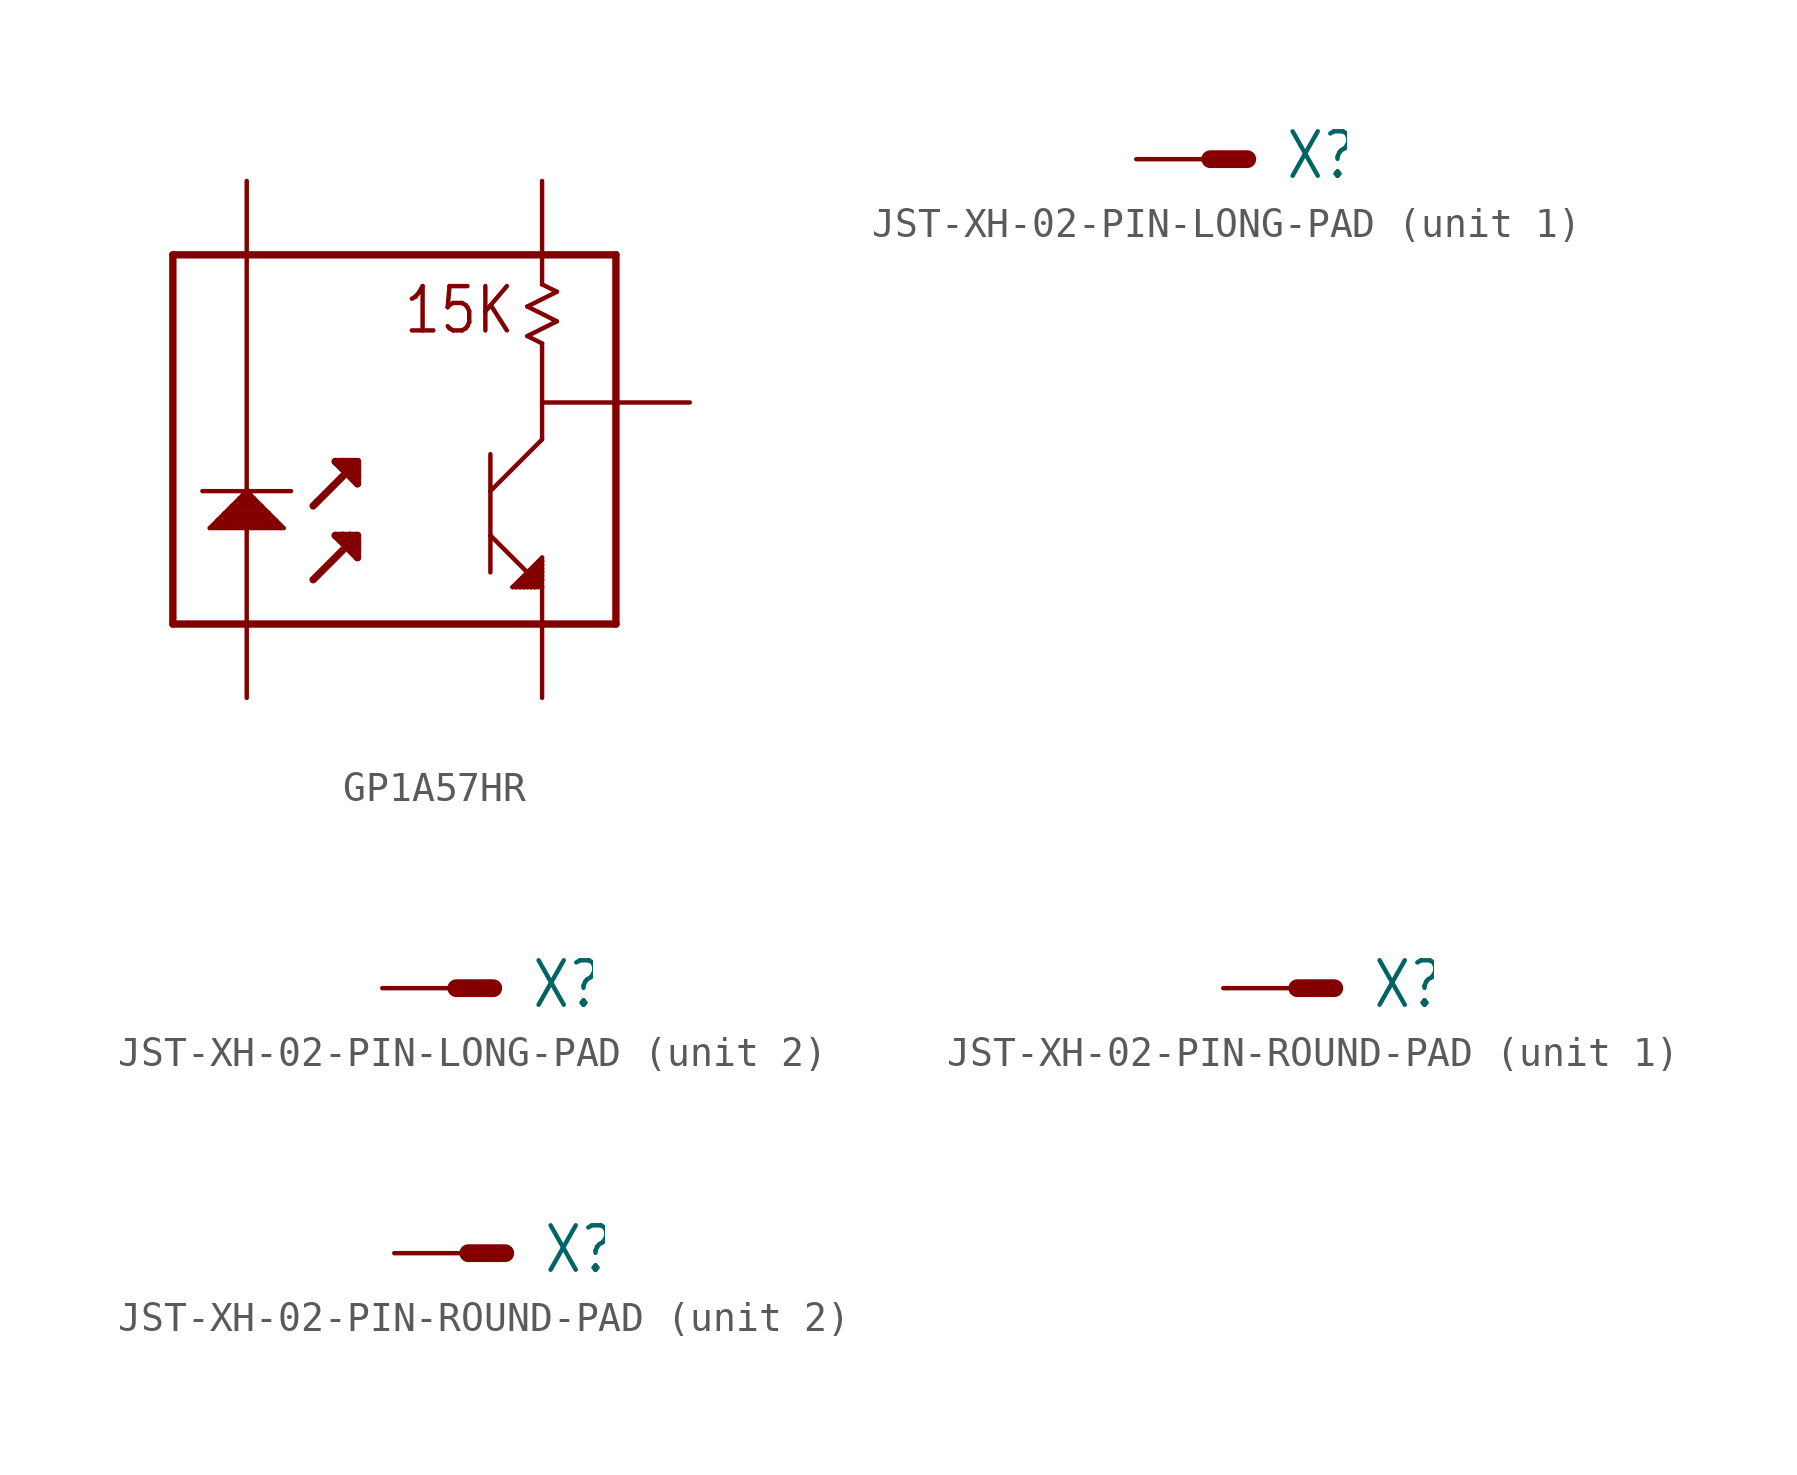
<source format=kicad_sym>
(kicad_symbol_lib
  (version 20231120)
  (generator "kicad_symbol_editor")
  (generator_version "8.0")
  (symbol "GP1A57HR"
    (property "Reference" ""
      (at 7.874 7.62 0)
      (effects (font (size 1.778 1.511)) (justify left bottom) (hide yes)))
    (property "ki_locked" ""
      (at 0 0 0)
      (effects (font (size 1.27 1.27))))
    (symbol "GP1A57HR_1_0"
      (polyline (pts (xy -7.62 -2.54) (xy -7.62 10.16)) (stroke (width 0.254) (type solid)) (fill (type none)))
      (polyline (pts (xy -7.62 10.16) (xy 5.08 10.16)) (stroke (width 0.254) (type solid)) (fill (type none)))
      (polyline (pts (xy -6.096 0.889) (xy -4.064 0.889)) (stroke (width 0.152) (type solid)) (fill (type none)))
      (polyline (pts (xy -6.096 1.016) (xy -6.35 0.762)) (stroke (width 0.152) (type solid)) (fill (type none)))
      (polyline (pts (xy -5.842 1.27) (xy -6.096 1.016)) (stroke (width 0.152) (type solid)) (fill (type none)))
      (polyline (pts (xy -5.842 1.27) (xy -4.318 1.27)) (stroke (width 0.152) (type solid)) (fill (type none)))
      (polyline (pts (xy -5.588 1.397) (xy -4.572 1.397)) (stroke (width 0.152) (type solid)) (fill (type none)))
      (polyline (pts (xy -5.588 1.524) (xy -5.842 1.27)) (stroke (width 0.152) (type solid)) (fill (type none)))
      (polyline (pts (xy -5.334 1.778) (xy -5.588 1.524)) (stroke (width 0.152) (type solid)) (fill (type none)))
      (polyline (pts (xy -5.334 1.778) (xy -4.826 1.778)) (stroke (width 0.152) (type solid)) (fill (type none)))
      (polyline (pts (xy -5.207 1.905) (xy -5.334 1.778)) (stroke (width 0.152) (type solid)) (fill (type none)))
      (polyline (pts (xy -5.207 1.905) (xy -4.953 1.905)) (stroke (width 0.152) (type solid)) (fill (type none)))
      (polyline (pts (xy -5.08 -2.54) (xy -7.62 -2.54)) (stroke (width 0.254) (type solid)) (fill (type none)))
      (polyline (pts (xy -5.08 -2.54) (xy -5.08 0.762)) (stroke (width 0.152) (type solid)) (fill (type none)))
      (polyline (pts (xy -5.08 0.762) (xy -6.35 0.762)) (stroke (width 0.152) (type solid)) (fill (type none)))
      (polyline (pts (xy -5.08 2.032) (xy -6.604 2.032)) (stroke (width 0.152) (type solid)) (fill (type none)))
      (polyline (pts (xy -5.08 2.032) (xy -5.207 1.905)) (stroke (width 0.152) (type solid)) (fill (type none)))
      (polyline (pts (xy -5.08 2.032) (xy -5.08 10.16)) (stroke (width 0.152) (type solid)) (fill (type none)))
      (polyline (pts (xy -4.953 1.905) (xy -5.08 2.032)) (stroke (width 0.152) (type solid)) (fill (type none)))
      (polyline (pts (xy -4.826 1.651) (xy -5.334 1.651)) (stroke (width 0.152) (type solid)) (fill (type none)))
      (polyline (pts (xy -4.826 1.778) (xy -4.953 1.905)) (stroke (width 0.152) (type solid)) (fill (type none)))
      (polyline (pts (xy -4.572 1.524) (xy -5.588 1.524)) (stroke (width 0.152) (type solid)) (fill (type none)))
      (polyline (pts (xy -4.572 1.524) (xy -4.826 1.778)) (stroke (width 0.152) (type solid)) (fill (type none)))
      (polyline (pts (xy -4.318 1.143) (xy -5.842 1.143)) (stroke (width 0.152) (type solid)) (fill (type none)))
      (polyline (pts (xy -4.318 1.27) (xy -4.572 1.524)) (stroke (width 0.152) (type solid)) (fill (type none)))
      (polyline (pts (xy -4.064 1.016) (xy -6.096 1.016)) (stroke (width 0.152) (type solid)) (fill (type none)))
      (polyline (pts (xy -4.064 1.016) (xy -4.318 1.27)) (stroke (width 0.152) (type solid)) (fill (type none)))
      (polyline (pts (xy -3.81 0.762) (xy -5.08 0.762)) (stroke (width 0.152) (type solid)) (fill (type none)))
      (polyline (pts (xy -3.81 0.762) (xy -4.064 1.016)) (stroke (width 0.152) (type solid)) (fill (type none)))
      (polyline (pts (xy -3.556 2.032) (xy -5.08 2.032)) (stroke (width 0.152) (type solid)) (fill (type none)))
      (polyline (pts (xy -2.794 -1.016) (xy -1.778 0)) (stroke (width 0.254) (type solid)) (fill (type none)))
      (polyline (pts (xy -2.794 1.524) (xy -1.778 2.54)) (stroke (width 0.254) (type solid)) (fill (type none)))
      (polyline (pts (xy -2.032 0.508) (xy -1.27 -0.254)) (stroke (width 0.254) (type solid)) (fill (type none)))
      (polyline (pts (xy -2.032 3.048) (xy -1.27 2.286)) (stroke (width 0.254) (type solid)) (fill (type none)))
      (polyline (pts (xy -1.778 0.508) (xy -2.032 0.508)) (stroke (width 0.254) (type solid)) (fill (type none)))
      (polyline (pts (xy -1.778 0.508) (xy -1.27 0)) (stroke (width 0.254) (type solid)) (fill (type none)))
      (polyline (pts (xy -1.778 3.048) (xy -2.032 3.048)) (stroke (width 0.254) (type solid)) (fill (type none)))
      (polyline (pts (xy -1.778 3.048) (xy -1.27 2.54)) (stroke (width 0.254) (type solid)) (fill (type none)))
      (polyline (pts (xy -1.524 0.508) (xy -1.778 0.508)) (stroke (width 0.254) (type solid)) (fill (type none)))
      (polyline (pts (xy -1.524 0.508) (xy -1.27 0.254)) (stroke (width 0.254) (type solid)) (fill (type none)))
      (polyline (pts (xy -1.524 3.048) (xy -1.778 3.048)) (stroke (width 0.254) (type solid)) (fill (type none)))
      (polyline (pts (xy -1.524 3.048) (xy -1.27 2.794)) (stroke (width 0.254) (type solid)) (fill (type none)))
      (polyline (pts (xy -1.27 -0.254) (xy -1.27 0)) (stroke (width 0.254) (type solid)) (fill (type none)))
      (polyline (pts (xy -1.27 0) (xy -1.27 0.254)) (stroke (width 0.254) (type solid)) (fill (type none)))
      (polyline (pts (xy -1.27 0.254) (xy -1.27 0.508)) (stroke (width 0.254) (type solid)) (fill (type none)))
      (polyline (pts (xy -1.27 0.508) (xy -1.524 0.508)) (stroke (width 0.254) (type solid)) (fill (type none)))
      (polyline (pts (xy -1.27 2.286) (xy -1.27 2.54)) (stroke (width 0.254) (type solid)) (fill (type none)))
      (polyline (pts (xy -1.27 2.54) (xy -1.27 2.794)) (stroke (width 0.254) (type solid)) (fill (type none)))
      (polyline (pts (xy -1.27 2.794) (xy -1.27 3.048)) (stroke (width 0.254) (type solid)) (fill (type none)))
      (polyline (pts (xy -1.27 3.048) (xy -1.524 3.048)) (stroke (width 0.254) (type solid)) (fill (type none)))
      (polyline (pts (xy 3.302 0.508) (xy 3.302 -0.762)) (stroke (width 0.152) (type solid)) (fill (type none)))
      (polyline (pts (xy 3.302 0.508) (xy 4.572 -0.762)) (stroke (width 0.152) (type solid)) (fill (type none)))
      (polyline (pts (xy 3.302 2.032) (xy 3.302 0.508)) (stroke (width 0.152) (type solid)) (fill (type none)))
      (polyline (pts (xy 3.302 2.032) (xy 5.08 3.81)) (stroke (width 0.152) (type solid)) (fill (type none)))
      (polyline (pts (xy 3.302 3.302) (xy 3.302 2.032)) (stroke (width 0.152) (type solid)) (fill (type none)))
      (polyline (pts (xy 4.064 -1.27) (xy 4.191 -1.27)) (stroke (width 0.152) (type solid)) (fill (type none)))
      (polyline (pts (xy 4.191 -1.27) (xy 4.318 -1.27)) (stroke (width 0.152) (type solid)) (fill (type none)))
      (polyline (pts (xy 4.318 -1.27) (xy 4.445 -1.27)) (stroke (width 0.152) (type solid)) (fill (type none)))
      (polyline (pts (xy 4.445 -1.27) (xy 4.572 -1.27)) (stroke (width 0.152) (type solid)) (fill (type none)))
      (polyline (pts (xy 4.572 -1.27) (xy 4.699 -1.27)) (stroke (width 0.152) (type solid)) (fill (type none)))
      (polyline (pts (xy 4.572 7.366) (xy 5.08 7.112)) (stroke (width 0.152) (type solid)) (fill (type none)))
      (polyline (pts (xy 4.572 8.382) (xy 5.588 7.874)) (stroke (width 0.152) (type solid)) (fill (type none)))
      (polyline (pts (xy 4.699 -1.27) (xy 4.826 -1.27)) (stroke (width 0.152) (type solid)) (fill (type none)))
      (polyline (pts (xy 4.826 -1.27) (xy 5.08 -1.27)) (stroke (width 0.152) (type solid)) (fill (type none)))
      (polyline (pts (xy 4.953 -1.143) (xy 4.826 -1.27)) (stroke (width 0.152) (type solid)) (fill (type none)))
      (polyline (pts (xy 4.953 -1.016) (xy 4.826 -1.143)) (stroke (width 0.152) (type solid)) (fill (type none)))
      (polyline (pts (xy 4.953 -0.889) (xy 4.699 -1.143)) (stroke (width 0.152) (type solid)) (fill (type none)))
      (polyline (pts (xy 4.953 -0.762) (xy 4.572 -1.143)) (stroke (width 0.152) (type solid)) (fill (type none)))
      (polyline (pts (xy 4.953 -0.635) (xy 4.445 -1.143)) (stroke (width 0.152) (type solid)) (fill (type none)))
      (polyline (pts (xy 4.953 -0.508) (xy 4.318 -1.143)) (stroke (width 0.152) (type solid)) (fill (type none)))
      (polyline (pts (xy 5.08 -2.54) (xy -5.08 -2.54)) (stroke (width 0.254) (type solid)) (fill (type none)))
      (polyline (pts (xy 5.08 -2.54) (xy 5.08 -1.27)) (stroke (width 0.152) (type solid)) (fill (type none)))
      (polyline (pts (xy 5.08 -1.27) (xy 5.08 -1.016)) (stroke (width 0.152) (type solid)) (fill (type none)))
      (polyline (pts (xy 5.08 -1.016) (xy 4.826 -1.27)) (stroke (width 0.152) (type solid)) (fill (type none)))
      (polyline (pts (xy 5.08 -1.016) (xy 5.08 -0.889)) (stroke (width 0.152) (type solid)) (fill (type none)))
      (polyline (pts (xy 5.08 -0.889) (xy 4.699 -1.27)) (stroke (width 0.152) (type solid)) (fill (type none)))
      (polyline (pts (xy 5.08 -0.889) (xy 5.08 -0.762)) (stroke (width 0.152) (type solid)) (fill (type none)))
      (polyline (pts (xy 5.08 -0.762) (xy 4.572 -1.27)) (stroke (width 0.152) (type solid)) (fill (type none)))
      (polyline (pts (xy 5.08 -0.762) (xy 5.08 -0.635)) (stroke (width 0.152) (type solid)) (fill (type none)))
      (polyline (pts (xy 5.08 -0.635) (xy 4.445 -1.27)) (stroke (width 0.152) (type solid)) (fill (type none)))
      (polyline (pts (xy 5.08 -0.635) (xy 5.08 -0.508)) (stroke (width 0.152) (type solid)) (fill (type none)))
      (polyline (pts (xy 5.08 -0.508) (xy 4.318 -1.27)) (stroke (width 0.152) (type solid)) (fill (type none)))
      (polyline (pts (xy 5.08 -0.508) (xy 5.08 -0.381)) (stroke (width 0.152) (type solid)) (fill (type none)))
      (polyline (pts (xy 5.08 -0.381) (xy 4.191 -1.27)) (stroke (width 0.152) (type solid)) (fill (type none)))
      (polyline (pts (xy 5.08 -0.381) (xy 5.08 -0.254)) (stroke (width 0.152) (type solid)) (fill (type none)))
      (polyline (pts (xy 5.08 -0.254) (xy 4.064 -1.27)) (stroke (width 0.152) (type solid)) (fill (type none)))
      (polyline (pts (xy 5.08 5.08) (xy 5.08 3.81)) (stroke (width 0.152) (type solid)) (fill (type none)))
      (polyline (pts (xy 5.08 5.08) (xy 7.62 5.08)) (stroke (width 0.152) (type solid)) (fill (type none)))
      (polyline (pts (xy 5.08 7.112) (xy 5.08 5.08)) (stroke (width 0.152) (type solid)) (fill (type none)))
      (polyline (pts (xy 5.08 9.144) (xy 5.588 8.89)) (stroke (width 0.152) (type solid)) (fill (type none)))
      (polyline (pts (xy 5.08 10.16) (xy 5.08 9.144)) (stroke (width 0.152) (type solid)) (fill (type none)))
      (polyline (pts (xy 5.08 10.16) (xy 7.62 10.16)) (stroke (width 0.254) (type solid)) (fill (type none)))
      (polyline (pts (xy 5.588 7.874) (xy 4.572 7.366)) (stroke (width 0.152) (type solid)) (fill (type none)))
      (polyline (pts (xy 5.588 8.89) (xy 4.572 8.382)) (stroke (width 0.152) (type solid)) (fill (type none)))
      (polyline (pts (xy 7.62 -2.54) (xy 5.08 -2.54)) (stroke (width 0.254) (type solid)) (fill (type none)))
      (polyline (pts (xy 7.62 5.08) (xy 7.62 -2.54)) (stroke (width 0.254) (type solid)) (fill (type none)))
      (polyline (pts (xy 7.62 10.16) (xy 7.62 5.08)) (stroke (width 0.254) (type solid)) (fill (type none)))
      (text "15K" (at 0.254 7.366 0) (effects (font (size 1.524 1.295)) (justify left bottom)))
      (pin bidirectional line (at -5.08 -5.08 90) (length 2.54) (name "1" (effects (font (size 0 0)))) (number "1" (effects (font (size 0 0)))))
      (pin bidirectional line (at -5.08 12.7 270) (length 2.54) (name "2" (effects (font (size 0 0)))) (number "2" (effects (font (size 0 0)))))
      (pin bidirectional line (at 5.08 12.7 270) (length 2.54) (name "3" (effects (font (size 0 0)))) (number "3" (effects (font (size 0 0)))))
      (pin bidirectional line (at 10.16 5.08 180) (length 2.54) (name "4" (effects (font (size 0 0)))) (number "4" (effects (font (size 0 0)))))
      (pin bidirectional line (at 5.08 -5.08 90) (length 2.54) (name "5" (effects (font (size 0 0)))) (number "5" (effects (font (size 0 0)))))))
  (symbol "JST-XH-02-PIN-LONG-PAD"
    (property "Reference" "X"
      (at 2.54 -0.762 0)
      (effects (font (size 1.524 1.295)) (justify left bottom)))
    (property "ki_locked" ""
      (at 0 0 0)
      (effects (font (size 1.27 1.27))))
    (symbol "JST-XH-02-PIN-LONG-PAD_1_0"
      (polyline (pts (xy 1.27 0) (xy 0 0)) (stroke (width 0.61) (type solid)) (fill (type none)))
      (pin passive line (at -2.54 0 0) (length 2.54) (name "S" (effects (font (size 0 0)))) (number "2" (effects (font (size 0 0))))))
    (symbol "JST-XH-02-PIN-LONG-PAD_2_0"
      (polyline (pts (xy 1.27 0) (xy 0 0)) (stroke (width 0.61) (type solid)) (fill (type none)))
      (pin passive line (at -2.54 0 0) (length 2.54) (name "S" (effects (font (size 0 0)))) (number "1" (effects (font (size 0 0)))))))
  (symbol "JST-XH-02-PIN-ROUND-PAD"
    (property "Reference" "X"
      (at 2.54 -0.762 0)
      (effects (font (size 1.524 1.295)) (justify left bottom)))
    (property "ki_locked" ""
      (at 0 0 0)
      (effects (font (size 1.27 1.27))))
    (symbol "JST-XH-02-PIN-ROUND-PAD_1_0"
      (polyline (pts (xy 1.27 0) (xy 0 0)) (stroke (width 0.61) (type solid)) (fill (type none)))
      (pin passive line (at -2.54 0 0) (length 2.54) (name "S" (effects (font (size 0 0)))) (number "2" (effects (font (size 0 0))))))
    (symbol "JST-XH-02-PIN-ROUND-PAD_2_0"
      (polyline (pts (xy 1.27 0) (xy 0 0)) (stroke (width 0.61) (type solid)) (fill (type none)))
      (pin passive line (at -2.54 0 0) (length 2.54) (name "S" (effects (font (size 0 0)))) (number "1" (effects (font (size 0 0))))))))
</source>
